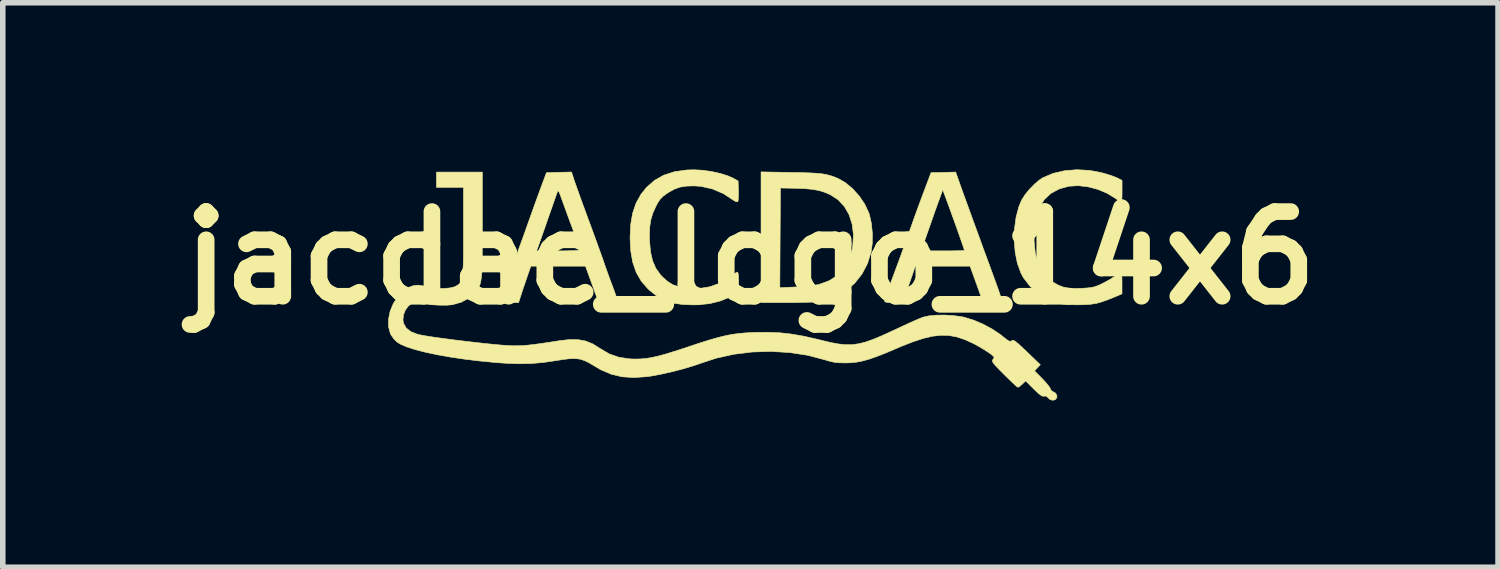
<source format=kicad_pcb>
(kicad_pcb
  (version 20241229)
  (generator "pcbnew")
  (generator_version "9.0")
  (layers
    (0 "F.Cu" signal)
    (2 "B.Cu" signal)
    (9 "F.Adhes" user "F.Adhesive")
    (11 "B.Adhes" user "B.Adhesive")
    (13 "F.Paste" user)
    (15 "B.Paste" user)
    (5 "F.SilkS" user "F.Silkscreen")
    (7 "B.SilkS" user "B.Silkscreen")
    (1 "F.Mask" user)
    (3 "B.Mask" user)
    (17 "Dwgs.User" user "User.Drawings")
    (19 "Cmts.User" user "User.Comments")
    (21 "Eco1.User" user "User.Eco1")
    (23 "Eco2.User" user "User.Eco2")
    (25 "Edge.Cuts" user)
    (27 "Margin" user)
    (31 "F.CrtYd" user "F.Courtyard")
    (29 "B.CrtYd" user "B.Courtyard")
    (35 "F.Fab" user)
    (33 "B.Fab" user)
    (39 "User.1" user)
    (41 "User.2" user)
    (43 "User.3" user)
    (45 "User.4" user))
  (footprint "jacdac_logo_14x6"
    (layer "F.Cu")
    (at 10.458 1.593)
    (property "Reference" "jacdac_logo_14x6" (at 0 0 0) (layer "F.SilkS") (effects (font (size 1.524 1.524) (thickness 0.3))))
    (attr through_hole)
    (fp_poly (pts (xy 0.736 -1.539) (xy 0.918 -1.536) (xy 1.064 -1.531) (xy 1.181 -1.525) (xy 1.275 -1.516) (xy 1.354 -1.504) (xy 1.422 -1.487) (xy 1.489 -1.466) (xy 1.558 -1.438) (xy 1.576 -1.431) (xy 1.709 -1.355) (xy 1.839 -1.247) (xy 1.958 -1.115) (xy 2.057 -0.969) (xy 2.128 -0.818) (xy 2.14 -0.785) (xy 2.177 -0.622) (xy 2.195 -0.44) (xy 2.193 -0.26) (xy 2.173 -0.11) (xy 2.107 0.101) (xy 2.008 0.29) (xy 1.877 0.455) (xy 1.718 0.591) (xy 1.534 0.696) (xy 1.328 0.766) (xy 1.296 0.773) (xy 1.217 0.786) (xy 1.109 0.795) (xy 0.967 0.8) (xy 0.788 0.803) (xy 0.672 0.804) (xy 0.191 0.804) (xy 0.191 0.536) (xy 0.529 0.536) (xy 0.82 0.522) (xy 0.94 0.515) (xy 1.058 0.504) (xy 1.16 0.491) (xy 1.233 0.477) (xy 1.238 0.476) (xy 1.417 0.41) (xy 1.567 0.314) (xy 1.686 0.189) (xy 1.774 0.035) (xy 1.83 -0.147) (xy 1.842 -0.22) (xy 1.854 -0.42) (xy 1.831 -0.607) (xy 1.777 -0.776) (xy 1.693 -0.923) (xy 1.581 -1.045) (xy 1.442 -1.136) (xy 1.431 -1.141) (xy 1.33 -1.184) (xy 1.227 -1.215) (xy 1.112 -1.235) (xy 0.976 -1.248) (xy 0.808 -1.254) (xy 0.804 -1.254) (xy 0.54 -1.259) (xy 0.534 -0.362) (xy 0.529 0.536) (xy 0.191 0.536) (xy 0.191 -1.549) (xy 0.736 -1.539)) (stroke (width 0.01) (type solid)) (fill yes) (layer "F.SilkS"))
    (fp_poly (pts (xy 3.771 -1.329) (xy 3.805 -1.233) (xy 3.852 -1.102) (xy 3.91 -0.944) (xy 3.976 -0.762) (xy 4.048 -0.564) (xy 4.125 -0.354) (xy 4.203 -0.138) (xy 4.283 0.078) (xy 4.36 0.288) (xy 4.382 0.349) (xy 4.427 0.473) (xy 4.467 0.584) (xy 4.498 0.676) (xy 4.52 0.742) (xy 4.53 0.776) (xy 4.53 0.779) (xy 4.518 0.793) (xy 4.48 0.8) (xy 4.409 0.801) (xy 4.358 0.8) (xy 4.186 0.794) (xy 4.07 0.471) (xy 3.953 0.148) (xy 2.968 0.148) (xy 2.855 0.476) (xy 2.741 0.804) (xy 2.577 0.804) (xy 2.49 0.802) (xy 2.439 0.796) (xy 2.416 0.784) (xy 2.413 0.774) (xy 2.42 0.747) (xy 2.44 0.686) (xy 2.472 0.596) (xy 2.512 0.484) (xy 2.559 0.355) (xy 2.603 0.236) (xy 2.661 0.081) (xy 2.719 -0.078) (xy 2.737 -0.127) (xy 3.072 -0.127) (xy 3.462 -0.127) (xy 3.586 -0.127) (xy 3.693 -0.129) (xy 3.777 -0.131) (xy 3.833 -0.134) (xy 3.852 -0.136) (xy 3.845 -0.16) (xy 3.826 -0.216) (xy 3.797 -0.3) (xy 3.761 -0.404) (xy 3.719 -0.523) (xy 3.674 -0.649) (xy 3.627 -0.777) (xy 3.583 -0.901) (xy 3.554 -0.979) (xy 3.462 -1.229) (xy 3.391 -1.032) (xy 3.359 -0.944) (xy 3.317 -0.827) (xy 3.271 -0.694) (xy 3.223 -0.558) (xy 3.196 -0.482) (xy 3.072 -0.127) (xy 2.737 -0.127) (xy 2.774 -0.229) (xy 2.823 -0.365) (xy 2.862 -0.475) (xy 2.878 -0.523) (xy 2.915 -0.628) (xy 2.962 -0.76) (xy 3.015 -0.906) (xy 3.07 -1.054) (xy 3.107 -1.154) (xy 3.251 -1.535) (xy 3.472 -1.54) (xy 3.694 -1.546) (xy 3.771 -1.329)) (stroke (width 0.01) (type solid)) (fill yes) (layer "F.SilkS"))
    (fp_poly (pts (xy -0.867 -1.579) (xy -0.702 -1.556) (xy -0.544 -1.521) (xy -0.404 -1.477) (xy -0.311 -1.435) (xy -0.222 -1.386) (xy -0.216 -1.208) (xy -0.215 -1.125) (xy -0.219 -1.057) (xy -0.225 -1.017) (xy -0.228 -1.012) (xy -0.256 -1.011) (xy -0.298 -1.034) (xy -0.485 -1.157) (xy -0.684 -1.242) (xy -0.891 -1.289) (xy -1.016 -1.297) (xy -1.154 -1.293) (xy -1.266 -1.275) (xy -1.366 -1.24) (xy -1.467 -1.184) (xy -1.5 -1.163) (xy -1.574 -1.109) (xy -1.627 -1.055) (xy -1.671 -0.988) (xy -1.701 -0.93) (xy -1.756 -0.809) (xy -1.792 -0.691) (xy -1.812 -0.565) (xy -1.818 -0.419) (xy -1.815 -0.297) (xy -1.798 -0.106) (xy -1.761 0.053) (xy -1.702 0.188) (xy -1.618 0.305) (xy -1.587 0.338) (xy -1.492 0.423) (xy -1.395 0.483) (xy -1.283 0.52) (xy -1.148 0.541) (xy -1.065 0.546) (xy -0.885 0.544) (xy -0.731 0.519) (xy -0.589 0.468) (xy -0.447 0.387) (xy -0.407 0.361) (xy -0.337 0.313) (xy -0.278 0.276) (xy -0.241 0.256) (xy -0.234 0.254) (xy -0.223 0.274) (xy -0.215 0.331) (xy -0.212 0.42) (xy -0.212 0.443) (xy -0.212 0.631) (xy -0.355 0.698) (xy -0.544 0.775) (xy -0.733 0.822) (xy -0.936 0.843) (xy -1.046 0.845) (xy -1.227 0.837) (xy -1.368 0.817) (xy -1.408 0.807) (xy -1.564 0.751) (xy -1.696 0.678) (xy -1.821 0.578) (xy -1.847 0.554) (xy -1.966 0.417) (xy -2.056 0.26) (xy -2.119 0.078) (xy -2.155 -0.131) (xy -2.167 -0.36) (xy -2.156 -0.597) (xy -2.121 -0.803) (xy -2.06 -0.984) (xy -1.971 -1.144) (xy -1.871 -1.269) (xy -1.727 -1.396) (xy -1.56 -1.49) (xy -1.368 -1.552) (xy -1.149 -1.583) (xy -1.024 -1.587) (xy -0.867 -1.579)) (stroke (width 0.01) (type solid)) (fill yes) (layer "F.SilkS"))
    (fp_poly (pts (xy 6.103 -1.576) (xy 6.312 -1.537) (xy 6.411 -1.509) (xy 6.505 -1.479) (xy 6.578 -1.451) (xy 6.601 -1.441) (xy 6.689 -1.396) (xy 6.689 -1.194) (xy 6.688 -1.098) (xy 6.684 -1.04) (xy 6.673 -1.014) (xy 6.649 -1.018) (xy 6.608 -1.045) (xy 6.572 -1.071) (xy 6.423 -1.163) (xy 6.253 -1.234) (xy 6.075 -1.281) (xy 5.899 -1.301) (xy 5.738 -1.291) (xy 5.733 -1.291) (xy 5.557 -1.242) (xy 5.41 -1.163) (xy 5.293 -1.055) (xy 5.204 -0.917) (xy 5.143 -0.748) (xy 5.11 -0.547) (xy 5.106 -0.315) (xy 5.106 -0.303) (xy 5.126 -0.096) (xy 5.169 0.078) (xy 5.237 0.223) (xy 5.331 0.342) (xy 5.453 0.439) (xy 5.454 0.44) (xy 5.545 0.491) (xy 5.633 0.525) (xy 5.73 0.543) (xy 5.847 0.549) (xy 5.95 0.547) (xy 6.057 0.541) (xy 6.136 0.532) (xy 6.202 0.517) (xy 6.268 0.492) (xy 6.316 0.47) (xy 6.405 0.424) (xy 6.496 0.372) (xy 6.562 0.328) (xy 6.618 0.288) (xy 6.66 0.262) (xy 6.676 0.254) (xy 6.681 0.274) (xy 6.686 0.326) (xy 6.688 0.403) (xy 6.688 0.45) (xy 6.688 0.646) (xy 6.521 0.717) (xy 6.425 0.755) (xy 6.324 0.79) (xy 6.239 0.815) (xy 6.231 0.817) (xy 6.132 0.833) (xy 6.008 0.842) (xy 5.871 0.844) (xy 5.736 0.84) (xy 5.616 0.829) (xy 5.527 0.813) (xy 5.345 0.744) (xy 5.178 0.64) (xy 5.031 0.509) (xy 4.914 0.356) (xy 4.866 0.266) (xy 4.804 0.093) (xy 4.765 -0.104) (xy 4.748 -0.316) (xy 4.754 -0.53) (xy 4.782 -0.737) (xy 4.833 -0.926) (xy 4.881 -1.041) (xy 4.941 -1.136) (xy 5.023 -1.237) (xy 5.118 -1.333) (xy 5.212 -1.411) (xy 5.264 -1.444) (xy 5.447 -1.522) (xy 5.653 -1.57) (xy 5.874 -1.588) (xy 6.103 -1.576)) (stroke (width 0.01) (type solid)) (fill yes) (layer "F.SilkS"))
    (fp_poly (pts (xy -3.174 -1.403) (xy -3.155 -1.347) (xy -3.123 -1.257) (xy -3.081 -1.14) (xy -3.032 -1.003) (xy -2.976 -0.852) (xy -2.918 -0.693) (xy -2.9 -0.646) (xy -2.842 -0.488) (xy -2.787 -0.338) (xy -2.738 -0.201) (xy -2.696 -0.085) (xy -2.663 0.006) (xy -2.643 0.064) (xy -2.639 0.076) (xy -2.619 0.136) (xy -2.587 0.225) (xy -2.549 0.331) (xy -2.507 0.444) (xy -2.498 0.466) (xy -2.46 0.569) (xy -2.428 0.66) (xy -2.404 0.73) (xy -2.393 0.771) (xy -2.392 0.777) (xy -2.401 0.792) (xy -2.434 0.8) (xy -2.497 0.802) (xy -2.564 0.8) (xy -2.735 0.794) (xy -2.852 0.471) (xy -2.969 0.148) (xy -3.953 0.148) (xy -4.028 0.365) (xy -4.063 0.469) (xy -4.098 0.57) (xy -4.126 0.656) (xy -4.138 0.693) (xy -4.173 0.804) (xy -4.513 0.804) (xy -4.499 0.746) (xy -4.487 0.71) (xy -4.463 0.641) (xy -4.429 0.545) (xy -4.387 0.428) (xy -4.339 0.296) (xy -4.303 0.201) (xy -4.245 0.042) (xy -4.183 -0.126) (xy -4.183 -0.127) (xy -3.851 -0.127) (xy -3.46 -0.127) (xy -3.321 -0.128) (xy -3.208 -0.131) (xy -3.126 -0.136) (xy -3.079 -0.142) (xy -3.069 -0.147) (xy -3.076 -0.173) (xy -3.096 -0.231) (xy -3.125 -0.316) (xy -3.163 -0.421) (xy -3.204 -0.534) (xy -3.253 -0.665) (xy -3.301 -0.796) (xy -3.344 -0.915) (xy -3.38 -1.014) (xy -3.399 -1.066) (xy -3.428 -1.146) (xy -3.447 -1.191) (xy -3.461 -1.206) (xy -3.472 -1.196) (xy -3.477 -1.183) (xy -3.49 -1.149) (xy -3.514 -1.081) (xy -3.547 -0.986) (xy -3.587 -0.871) (xy -3.632 -0.743) (xy -3.651 -0.688) (xy -3.697 -0.555) (xy -3.74 -0.433) (xy -3.777 -0.327) (xy -3.806 -0.246) (xy -3.824 -0.195) (xy -3.828 -0.185) (xy -3.851 -0.127) (xy -4.183 -0.127) (xy -4.123 -0.291) (xy -4.068 -0.443) (xy -4.023 -0.569) (xy -4.011 -0.603) (xy -3.96 -0.747) (xy -3.902 -0.909) (xy -3.843 -1.072) (xy -3.791 -1.215) (xy -3.786 -1.228) (xy -3.672 -1.535) (xy -3.447 -1.541) (xy -3.221 -1.547) (xy -3.174 -1.403)) (stroke (width 0.01) (type solid)) (fill yes) (layer "F.SilkS"))
    (fp_poly (pts (xy -4.826 -0.596) (xy -4.826 -0.357) (xy -4.827 -0.155) (xy -4.828 0.012) (xy -4.831 0.149) (xy -4.836 0.259) (xy -4.843 0.347) (xy -4.853 0.416) (xy -4.866 0.47) (xy -4.883 0.515) (xy -4.903 0.552) (xy -4.928 0.587) (xy -4.959 0.623) (xy -4.962 0.628) (xy -5.072 0.725) (xy -5.208 0.798) (xy -5.362 0.841) (xy -5.38 0.844) (xy -5.473 0.851) (xy -5.586 0.851) (xy -5.705 0.844) (xy -5.817 0.832) (xy -5.909 0.815) (xy -5.955 0.801) (xy -6.027 0.792) (xy -6.098 0.818) (xy -6.162 0.87) (xy -6.213 0.942) (xy -6.246 1.026) (xy -6.255 1.115) (xy -6.244 1.176) (xy -6.197 1.26) (xy -6.116 1.325) (xy -5.999 1.372) (xy -5.954 1.383) (xy -5.88 1.397) (xy -5.771 1.415) (xy -5.635 1.435) (xy -5.477 1.456) (xy -5.305 1.479) (xy -5.127 1.5) (xy -4.948 1.521) (xy -4.777 1.54) (xy -4.62 1.556) (xy -4.487 1.568) (xy -4.382 1.576) (xy -4.288 1.581) (xy -4.198 1.581) (xy -4.104 1.578) (xy -4 1.569) (xy -3.879 1.555) (xy -3.734 1.535) (xy -3.559 1.509) (xy -3.44 1.49) (xy -3.256 1.469) (xy -3.101 1.471) (xy -2.964 1.496) (xy -2.837 1.548) (xy -2.711 1.627) (xy -2.708 1.629) (xy -2.544 1.726) (xy -2.367 1.788) (xy -2.169 1.817) (xy -2.079 1.82) (xy -1.979 1.818) (xy -1.88 1.809) (xy -1.775 1.792) (xy -1.658 1.766) (xy -1.523 1.729) (xy -1.363 1.68) (xy -1.172 1.618) (xy -1.104 1.595) (xy -0.9 1.527) (xy -0.727 1.473) (xy -0.579 1.431) (xy -0.447 1.399) (xy -0.324 1.375) (xy -0.201 1.359) (xy -0.072 1.348) (xy 0.072 1.341) (xy 0.095 1.34) (xy 0.319 1.338) (xy 0.529 1.347) (xy 0.736 1.37) (xy 0.953 1.407) (xy 1.192 1.461) (xy 1.281 1.483) (xy 1.442 1.522) (xy 1.583 1.548) (xy 1.71 1.562) (xy 1.83 1.561) (xy 1.951 1.544) (xy 2.079 1.512) (xy 2.221 1.461) (xy 2.384 1.392) (xy 2.576 1.304) (xy 2.625 1.281) (xy 2.749 1.223) (xy 2.868 1.168) (xy 2.974 1.121) (xy 3.059 1.085) (xy 3.111 1.065) (xy 3.216 1.042) (xy 3.35 1.03) (xy 3.5 1.028) (xy 3.655 1.038) (xy 3.801 1.058) (xy 3.842 1.066) (xy 4.008 1.116) (xy 4.184 1.19) (xy 4.355 1.282) (xy 4.505 1.383) (xy 4.533 1.406) (xy 4.602 1.461) (xy 4.647 1.492) (xy 4.676 1.502) (xy 4.696 1.496) (xy 4.703 1.489) (xy 4.718 1.481) (xy 4.739 1.484) (xy 4.771 1.504) (xy 4.818 1.542) (xy 4.885 1.604) (xy 4.976 1.69) (xy 5.218 1.922) (xy 5.166 1.977) (xy 5.114 2.033) (xy 5.256 2.176) (xy 5.317 2.242) (xy 5.365 2.3) (xy 5.393 2.341) (xy 5.397 2.354) (xy 5.415 2.388) (xy 5.438 2.402) (xy 5.494 2.435) (xy 5.518 2.485) (xy 5.514 2.518) (xy 5.485 2.552) (xy 5.438 2.562) (xy 5.388 2.546) (xy 5.359 2.518) (xy 5.324 2.486) (xy 5.288 2.488) (xy 5.261 2.489) (xy 5.225 2.471) (xy 5.175 2.431) (xy 5.104 2.363) (xy 5.099 2.358) (xy 4.954 2.214) (xy 4.894 2.271) (xy 4.851 2.308) (xy 4.819 2.327) (xy 4.814 2.328) (xy 4.793 2.314) (xy 4.748 2.274) (xy 4.685 2.215) (xy 4.609 2.14) (xy 4.563 2.095) (xy 4.476 2.007) (xy 4.415 1.943) (xy 4.377 1.898) (xy 4.358 1.868) (xy 4.354 1.848) (xy 4.362 1.831) (xy 4.368 1.824) (xy 4.384 1.802) (xy 4.383 1.782) (xy 4.36 1.757) (xy 4.309 1.718) (xy 4.28 1.698) (xy 4.194 1.642) (xy 4.093 1.583) (xy 4.01 1.538) (xy 3.859 1.47) (xy 3.716 1.422) (xy 3.575 1.396) (xy 3.431 1.392) (xy 3.277 1.409) (xy 3.108 1.449) (xy 2.917 1.512) (xy 2.7 1.598) (xy 2.616 1.634) (xy 2.426 1.715) (xy 2.266 1.777) (xy 2.131 1.824) (xy 2.012 1.856) (xy 1.903 1.877) (xy 1.797 1.887) (xy 1.714 1.89) (xy 1.596 1.887) (xy 1.499 1.876) (xy 1.403 1.853) (xy 1.344 1.835) (xy 1.035 1.753) (xy 0.708 1.703) (xy 0.371 1.683) (xy 0.032 1.693) (xy -0.301 1.734) (xy -0.618 1.805) (xy -0.847 1.88) (xy -1.016 1.938) (xy -1.209 1.996) (xy -1.412 2.049) (xy -1.61 2.093) (xy -1.791 2.127) (xy -1.873 2.138) (xy -2.105 2.153) (xy -2.313 2.139) (xy -2.505 2.093) (xy -2.69 2.014) (xy -2.802 1.949) (xy -2.901 1.89) (xy -2.985 1.848) (xy -3.066 1.822) (xy -3.151 1.811) (xy -3.251 1.813) (xy -3.374 1.828) (xy -3.511 1.85) (xy -3.732 1.882) (xy -3.944 1.9) (xy -4.163 1.905) (xy -4.4 1.896) (xy -4.583 1.883) (xy -4.871 1.855) (xy -5.146 1.822) (xy -5.403 1.784) (xy -5.64 1.742) (xy -5.852 1.697) (xy -6.035 1.65) (xy -6.186 1.601) (xy -6.302 1.551) (xy -6.363 1.513) (xy -6.42 1.456) (xy -6.47 1.383) (xy -6.482 1.359) (xy -6.515 1.236) (xy -6.514 1.1) (xy -6.485 0.959) (xy -6.429 0.823) (xy -6.351 0.7) (xy -6.254 0.598) (xy -6.151 0.53) (xy -6.065 0.498) (xy -5.98 0.489) (xy -5.882 0.505) (xy -5.833 0.519) (xy -5.736 0.539) (xy -5.623 0.549) (xy -5.508 0.549) (xy -5.404 0.539) (xy -5.325 0.519) (xy -5.313 0.513) (xy -5.277 0.494) (xy -5.248 0.474) (xy -5.224 0.449) (xy -5.205 0.414) (xy -5.191 0.366) (xy -5.18 0.3) (xy -5.173 0.213) (xy -5.169 0.101) (xy -5.166 -0.042) (xy -5.165 -0.217) (xy -5.165 -0.431) (xy -5.165 -0.471) (xy -5.165 -1.27) (xy -5.652 -1.27) (xy -5.652 -1.545) (xy -4.826 -1.545) (xy -4.826 -0.596)) (stroke (width 0.01) (type solid)) (fill yes) (layer "F.SilkS")))
  (gr_rect
    (start -3 -3)
    (end 23.915 7.16)
    (stroke (width 0.1) (type default))
    (fill no)
    (layer "Edge.Cuts")))
</source>
